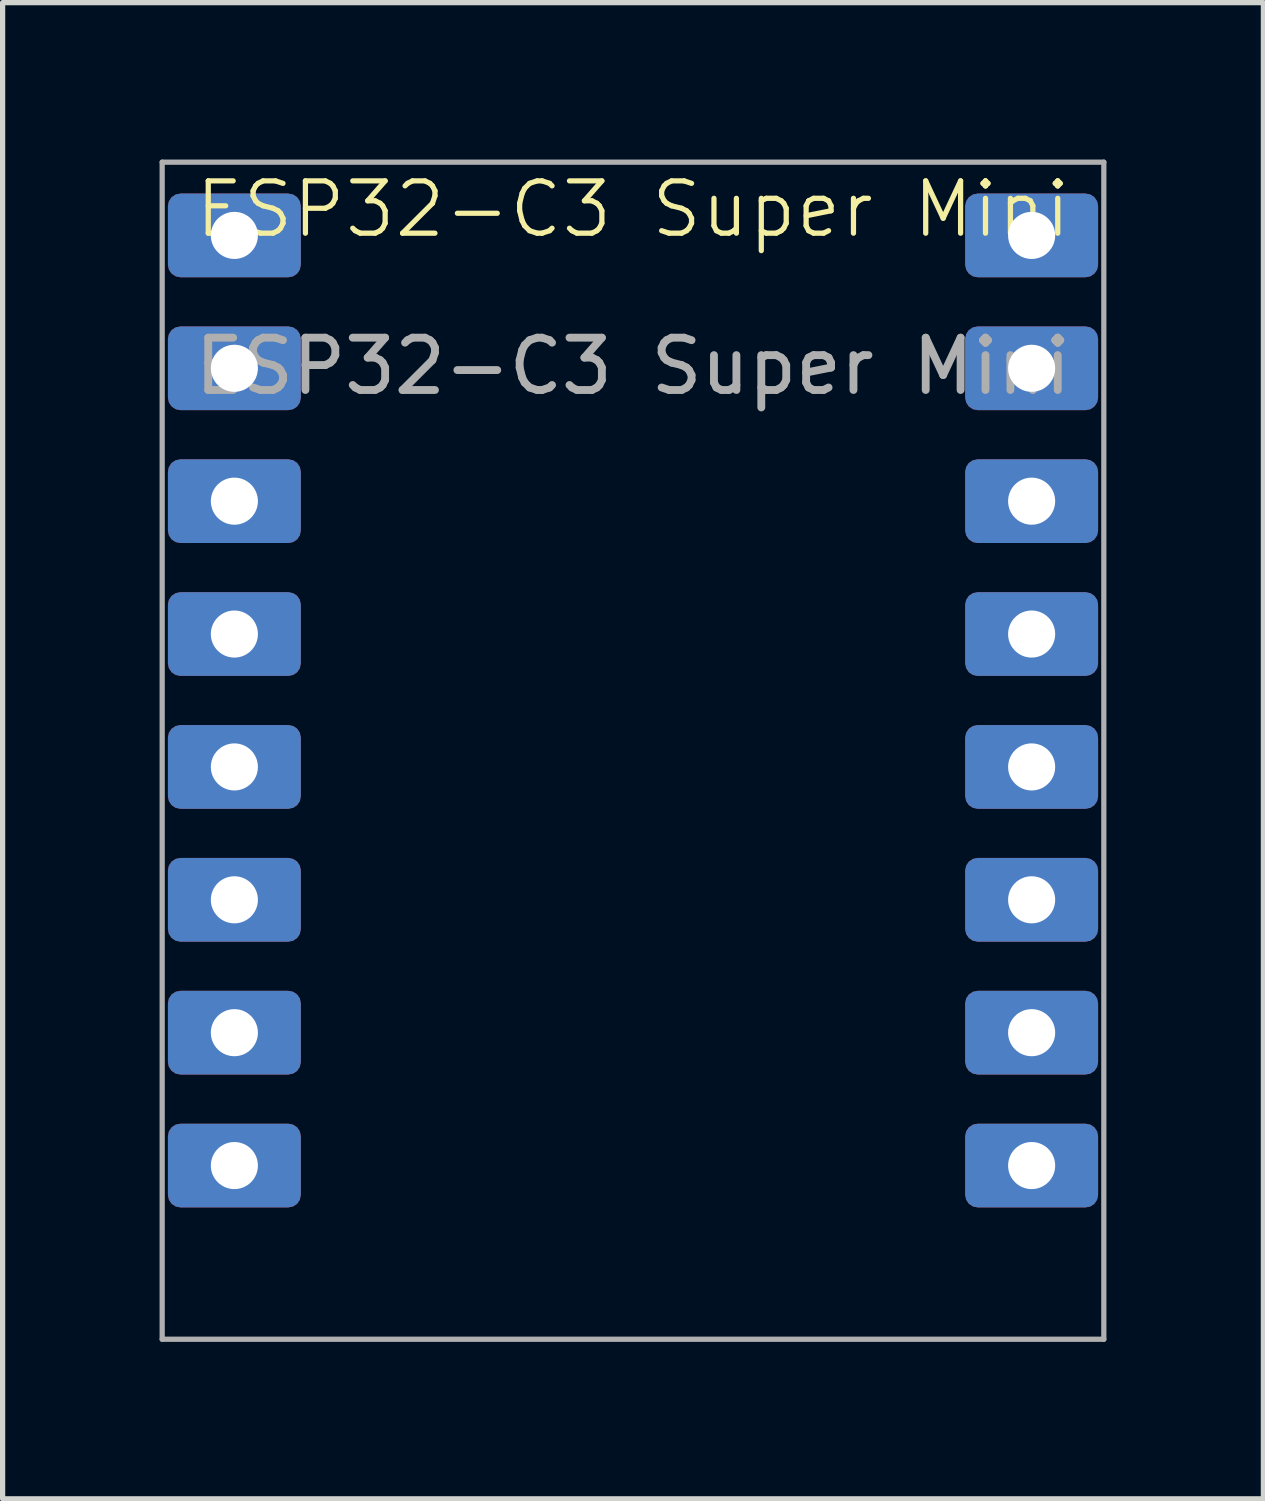
<source format=kicad_pcb>
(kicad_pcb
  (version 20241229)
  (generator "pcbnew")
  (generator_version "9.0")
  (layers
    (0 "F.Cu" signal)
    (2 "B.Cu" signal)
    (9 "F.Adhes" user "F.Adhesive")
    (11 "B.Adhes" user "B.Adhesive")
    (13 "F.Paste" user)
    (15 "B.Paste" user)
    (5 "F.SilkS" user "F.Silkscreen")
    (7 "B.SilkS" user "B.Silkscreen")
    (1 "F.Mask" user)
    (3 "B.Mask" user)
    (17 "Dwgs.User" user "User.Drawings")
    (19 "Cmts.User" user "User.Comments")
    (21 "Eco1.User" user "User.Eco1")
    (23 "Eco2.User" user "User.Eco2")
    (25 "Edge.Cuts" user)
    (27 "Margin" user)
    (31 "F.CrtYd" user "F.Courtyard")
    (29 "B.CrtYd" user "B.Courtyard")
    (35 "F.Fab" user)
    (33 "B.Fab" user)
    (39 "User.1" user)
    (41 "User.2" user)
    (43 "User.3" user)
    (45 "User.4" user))
  (footprint "ESP32-C3 Super Mini"
    (layer "F.Cu")
    (at 9.05 1.45)
    (property "Reference" "ESP32-C3 Super Mini" (at 0 -0.5 0) (unlocked yes) (layer "F.SilkS") (effects (font (size 1 1) (thickness 0.1))))
    (attr through_hole)
    (fp_line (start -9 -1.4) (end 9 -1.4) (stroke (width 0.1) (type default)) (layer "F.Fab"))
    (fp_line (start -9 21.1) (end -9 -1.4) (stroke (width 0.1) (type default)) (layer "F.Fab"))
    (fp_line (start 9 -1.4) (end 9 21.1) (stroke (width 0.1) (type default)) (layer "F.Fab"))
    (fp_line (start 9 21.1) (end -9 21.1) (stroke (width 0.1) (type default)) (layer "F.Fab"))
    (fp_text user "${REFERENCE}" (at 0 2.5 0) (unlocked yes) (layer "F.Fab") (effects (font (size 1 1) (thickness 0.15))))
    (pad "1" thru_hole roundrect (at -7.62 0) (size 2.54 1.6) (drill 0.9) (layers "*.Cu" "*.Mask") (roundrect_rratio 0.15))
    (pad "2" thru_hole roundrect (at -7.62 2.54) (size 2.54 1.6) (drill 0.9) (layers "*.Cu" "*.Mask") (roundrect_rratio 0.15))
    (pad "3" thru_hole roundrect (at -7.62 5.08) (size 2.54 1.6) (drill 0.9) (layers "*.Cu" "*.Mask") (roundrect_rratio 0.15))
    (pad "4" thru_hole roundrect (at -7.62 7.62) (size 2.54 1.6) (drill 0.9) (layers "*.Cu" "*.Mask") (roundrect_rratio 0.15))
    (pad "5" thru_hole roundrect (at -7.62 10.16) (size 2.54 1.6) (drill 0.9) (layers "*.Cu" "*.Mask") (roundrect_rratio 0.15))
    (pad "6" thru_hole roundrect (at -7.62 12.7) (size 2.54 1.6) (drill 0.9) (layers "*.Cu" "*.Mask") (roundrect_rratio 0.15))
    (pad "7" thru_hole roundrect (at -7.62 15.24) (size 2.54 1.6) (drill 0.9) (layers "*.Cu" "*.Mask") (roundrect_rratio 0.15))
    (pad "8" thru_hole roundrect (at -7.62 17.78) (size 2.54 1.6) (drill 0.9) (layers "*.Cu" "*.Mask") (roundrect_rratio 0.15))
    (pad "9" thru_hole roundrect (at 7.62 17.78) (size 2.54 1.6) (drill 0.9) (layers "*.Cu" "*.Mask") (roundrect_rratio 0.15))
    (pad "10" thru_hole roundrect (at 7.62 15.24) (size 2.54 1.6) (drill 0.9) (layers "*.Cu" "*.Mask") (roundrect_rratio 0.15))
    (pad "11" thru_hole roundrect (at 7.62 12.7) (size 2.54 1.6) (drill 0.9) (layers "*.Cu" "*.Mask") (roundrect_rratio 0.15))
    (pad "12" thru_hole roundrect (at 7.62 10.16) (size 2.54 1.6) (drill 0.9) (layers "*.Cu" "*.Mask") (roundrect_rratio 0.15))
    (pad "13" thru_hole roundrect (at 7.62 7.62) (size 2.54 1.6) (drill 0.9) (layers "*.Cu" "*.Mask") (roundrect_rratio 0.15))
    (pad "14" thru_hole roundrect (at 7.62 5.08) (size 2.54 1.6) (drill 0.9) (layers "*.Cu" "*.Mask") (roundrect_rratio 0.15))
    (pad "15" thru_hole roundrect (at 7.62 2.54) (size 2.54 1.6) (drill 0.9) (layers "*.Cu" "*.Mask") (roundrect_rratio 0.15))
    (pad "16" thru_hole roundrect (at 7.62 0) (size 2.54 1.6) (drill 0.9) (layers "*.Cu" "*.Mask") (roundrect_rratio 0.15)))
  (gr_rect
    (start -3 -3)
    (end 21.1 25.6)
    (stroke (width 0.1) (type default))
    (fill no)
    (layer "Edge.Cuts")))
</source>
